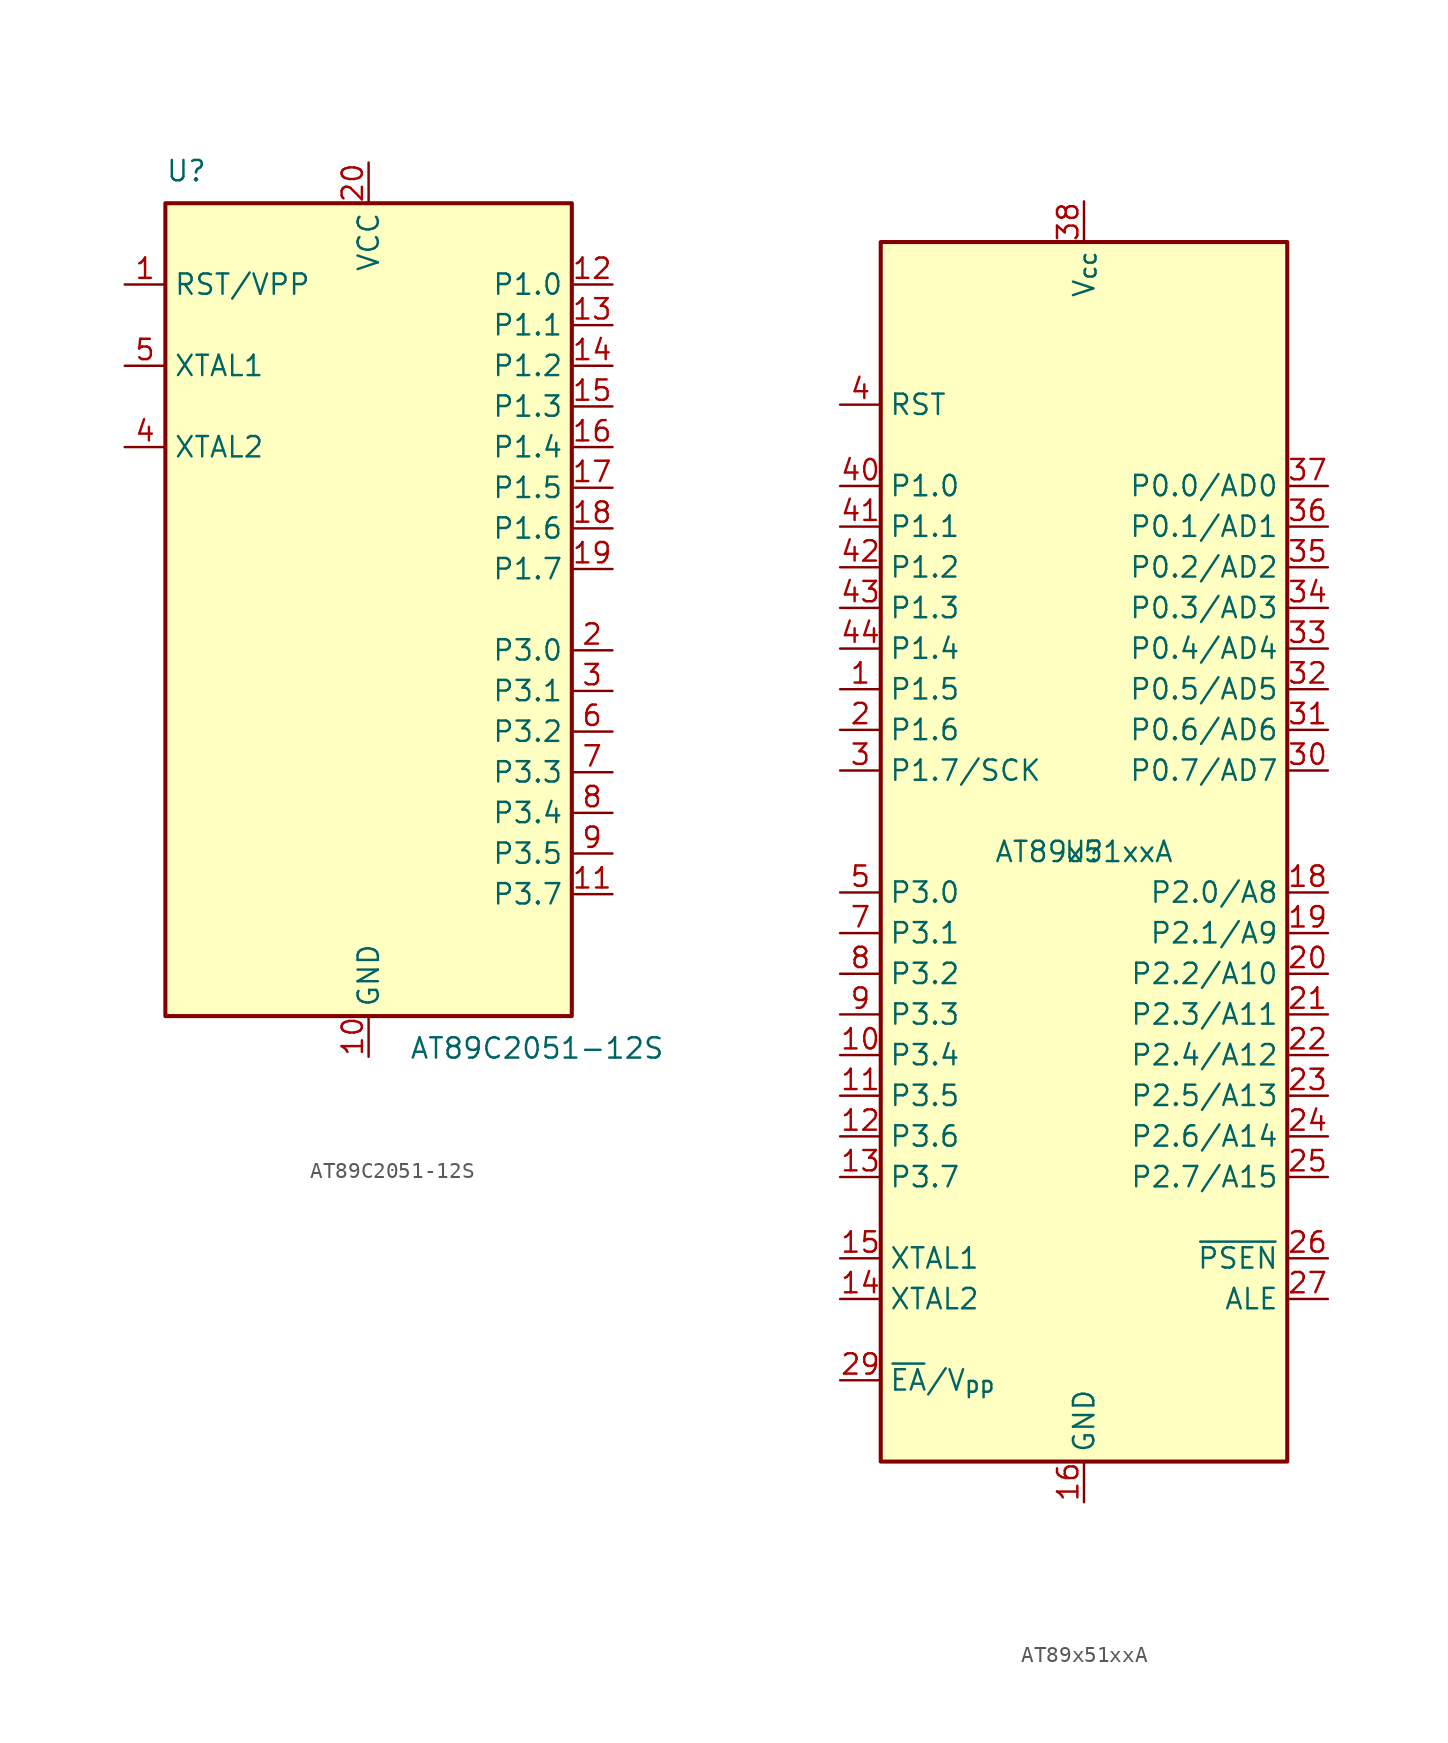
<source format=kicad_sym>
(kicad_symbol_lib
  (version 20231120)
  (generator "kicad_symbol_editor")
  (generator_version "8.0")
  (symbol "AT89C2051-12S"
    (property "Reference" "U"
      (at -12.7 26.67 0)
      (effects (font (size 1.27 1.27)) (justify left bottom)))
    (property "Value" "AT89C2051-12S"
      (at 2.54 -26.67 0)
      (effects (font (size 1.27 1.27)) (justify left top)))
    (symbol "AT89C2051-12S_0_1"
      (rectangle (start -12.7 -25.4) (end 12.7 25.4) (stroke (width 0.254) (type default)) (fill (type background))))
    (symbol "AT89C2051-12S_1_1"
      (pin input line (at -15.24 20.32 0) (length 2.54) (name "RST/VPP" (effects (font (size 1.27 1.27)))) (number "1" (effects (font (size 1.27 1.27)))))
      (pin power_in line (at 0 -27.94 90) (length 2.54) (name "GND" (effects (font (size 1.27 1.27)))) (number "10" (effects (font (size 1.27 1.27)))))
      (pin bidirectional line (at 15.24 -17.78 180) (length 2.54) (name "P3.7" (effects (font (size 1.27 1.27)))) (number "11" (effects (font (size 1.27 1.27)))))
      (pin bidirectional line (at 15.24 20.32 180) (length 2.54) (name "P1.0" (effects (font (size 1.27 1.27)))) (number "12" (effects (font (size 1.27 1.27)))))
      (pin bidirectional line (at 15.24 17.78 180) (length 2.54) (name "P1.1" (effects (font (size 1.27 1.27)))) (number "13" (effects (font (size 1.27 1.27)))))
      (pin bidirectional line (at 15.24 15.24 180) (length 2.54) (name "P1.2" (effects (font (size 1.27 1.27)))) (number "14" (effects (font (size 1.27 1.27)))))
      (pin bidirectional line (at 15.24 12.7 180) (length 2.54) (name "P1.3" (effects (font (size 1.27 1.27)))) (number "15" (effects (font (size 1.27 1.27)))))
      (pin bidirectional line (at 15.24 10.16 180) (length 2.54) (name "P1.4" (effects (font (size 1.27 1.27)))) (number "16" (effects (font (size 1.27 1.27)))))
      (pin bidirectional line (at 15.24 7.62 180) (length 2.54) (name "P1.5" (effects (font (size 1.27 1.27)))) (number "17" (effects (font (size 1.27 1.27)))))
      (pin bidirectional line (at 15.24 5.08 180) (length 2.54) (name "P1.6" (effects (font (size 1.27 1.27)))) (number "18" (effects (font (size 1.27 1.27)))))
      (pin bidirectional line (at 15.24 2.54 180) (length 2.54) (name "P1.7" (effects (font (size 1.27 1.27)))) (number "19" (effects (font (size 1.27 1.27)))))
      (pin bidirectional line (at 15.24 -2.54 180) (length 2.54) (name "P3.0" (effects (font (size 1.27 1.27)))) (number "2" (effects (font (size 1.27 1.27)))))
      (pin power_in line (at 0 27.94 270) (length 2.54) (name "VCC" (effects (font (size 1.27 1.27)))) (number "20" (effects (font (size 1.27 1.27)))))
      (pin bidirectional line (at 15.24 -5.08 180) (length 2.54) (name "P3.1" (effects (font (size 1.27 1.27)))) (number "3" (effects (font (size 1.27 1.27)))))
      (pin output line (at -15.24 10.16 0) (length 2.54) (name "XTAL2" (effects (font (size 1.27 1.27)))) (number "4" (effects (font (size 1.27 1.27)))))
      (pin input line (at -15.24 15.24 0) (length 2.54) (name "XTAL1" (effects (font (size 1.27 1.27)))) (number "5" (effects (font (size 1.27 1.27)))))
      (pin bidirectional line (at 15.24 -7.62 180) (length 2.54) (name "P3.2" (effects (font (size 1.27 1.27)))) (number "6" (effects (font (size 1.27 1.27)))))
      (pin bidirectional line (at 15.24 -10.16 180) (length 2.54) (name "P3.3" (effects (font (size 1.27 1.27)))) (number "7" (effects (font (size 1.27 1.27)))))
      (pin bidirectional line (at 15.24 -12.7 180) (length 2.54) (name "P3.4" (effects (font (size 1.27 1.27)))) (number "8" (effects (font (size 1.27 1.27)))))
      (pin bidirectional line (at 15.24 -15.24 180) (length 2.54) (name "P3.5" (effects (font (size 1.27 1.27)))) (number "9" (effects (font (size 1.27 1.27)))))))
  (symbol "AT89x51xxA"
    (property "Reference" "U"
      (at 0 0 0)
      (effects (font (size 1.27 1.27))))
    (property "Value" "AT89x51xxA"
      (at 0 0 0)
      (effects (font (size 1.27 1.27))))
    (symbol "AT89x51xxA_1_0"
      (pin bidirectional line (at -15.24 17.78 0) (length 2.54) (name "P1.2" (effects (font (size 1.27 1.27)))) (number "42" (effects (font (size 1.27 1.27))))))
    (symbol "AT89x51xxA_1_1"
      (polyline (pts (xy -12.7 38.1) (xy 12.7 38.1) (xy 12.7 -38.1) (xy -12.7 -38.1) (xy -12.7 38.1)) (stroke (width 0.254) (type default)) (fill (type background)))
      (pin bidirectional line (at -15.24 10.16 0) (length 2.54) (name "P1.5" (effects (font (size 1.27 1.27)))) (number "1" (effects (font (size 1.27 1.27)))) (alternate "MOSI" output line))
      (pin bidirectional line (at -15.24 -12.7 0) (length 2.54) (name "P3.4" (effects (font (size 1.27 1.27)))) (number "10" (effects (font (size 1.27 1.27)))) (alternate "T0" input line))
      (pin bidirectional line (at -15.24 -15.24 0) (length 2.54) (name "P3.5" (effects (font (size 1.27 1.27)))) (number "11" (effects (font (size 1.27 1.27)))) (alternate "T1" input line))
      (pin bidirectional line (at -15.24 -17.78 0) (length 2.54) (name "P3.6" (effects (font (size 1.27 1.27)))) (number "12" (effects (font (size 1.27 1.27)))) (alternate "~{WR}" output line))
      (pin bidirectional line (at -15.24 -20.32 0) (length 2.54) (name "P3.7" (effects (font (size 1.27 1.27)))) (number "13" (effects (font (size 1.27 1.27)))) (alternate "~{RD}" input line))
      (pin input line (at -15.24 -27.94 0) (length 2.54) (name "XTAL2" (effects (font (size 1.27 1.27)))) (number "14" (effects (font (size 1.27 1.27)))))
      (pin input line (at -15.24 -25.4 0) (length 2.54) (name "XTAL1" (effects (font (size 1.27 1.27)))) (number "15" (effects (font (size 1.27 1.27)))))
      (pin power_in line (at 0 -40.64 90) (length 2.54) (name "GND" (effects (font (size 1.27 1.27)))) (number "16" (effects (font (size 1.27 1.27)))))
      (pin passive line (at 0 -40.64 90) (length 2.54) hide (name "GND" (effects (font (size 1.27 1.27)))) (number "17" (effects (font (size 1.27 1.27)))))
      (pin bidirectional line (at 15.24 -2.54 180) (length 2.54) (name "P2.0/A8" (effects (font (size 1.27 1.27)))) (number "18" (effects (font (size 1.27 1.27)))))
      (pin bidirectional line (at 15.24 -5.08 180) (length 2.54) (name "P2.1/A9" (effects (font (size 1.27 1.27)))) (number "19" (effects (font (size 1.27 1.27)))))
      (pin bidirectional line (at -15.24 7.62 0) (length 2.54) (name "P1.6" (effects (font (size 1.27 1.27)))) (number "2" (effects (font (size 1.27 1.27)))) (alternate "MISO" input line))
      (pin bidirectional line (at 15.24 -7.62 180) (length 2.54) (name "P2.2/A10" (effects (font (size 1.27 1.27)))) (number "20" (effects (font (size 1.27 1.27)))))
      (pin bidirectional line (at 15.24 -10.16 180) (length 2.54) (name "P2.3/A11" (effects (font (size 1.27 1.27)))) (number "21" (effects (font (size 1.27 1.27)))))
      (pin bidirectional line (at 15.24 -12.7 180) (length 2.54) (name "P2.4/A12" (effects (font (size 1.27 1.27)))) (number "22" (effects (font (size 1.27 1.27)))))
      (pin bidirectional line (at 15.24 -15.24 180) (length 2.54) (name "P2.5/A13" (effects (font (size 1.27 1.27)))) (number "23" (effects (font (size 1.27 1.27)))))
      (pin bidirectional line (at 15.24 -17.78 180) (length 2.54) (name "P2.6/A14" (effects (font (size 1.27 1.27)))) (number "24" (effects (font (size 1.27 1.27)))))
      (pin bidirectional line (at 15.24 -20.32 180) (length 2.54) (name "P2.7/A15" (effects (font (size 1.27 1.27)))) (number "25" (effects (font (size 1.27 1.27)))))
      (pin output line (at 15.24 -25.4 180) (length 2.54) (name "~{PSEN}" (effects (font (size 1.27 1.27)))) (number "26" (effects (font (size 1.27 1.27)))))
      (pin output line (at 15.24 -27.94 180) (length 2.54) (name "ALE" (effects (font (size 1.27 1.27)))) (number "27" (effects (font (size 1.27 1.27)))) (alternate "~{PROG}" input line))
      (pin no_connect line (at 12.7 30.48 180) (length 2.54) hide (name "NC" (effects (font (size 1.27 1.27)))) (number "28" (effects (font (size 1.27 1.27)))))
      (pin input line (at -15.24 -33.02 0) (length 2.54) (name "~{EA}/V_{pp}" (effects (font (size 1.27 1.27)))) (number "29" (effects (font (size 1.27 1.27)))))
      (pin bidirectional line (at -15.24 5.08 0) (length 2.54) (name "P1.7/SCK" (effects (font (size 1.27 1.27)))) (number "3" (effects (font (size 1.27 1.27)))))
      (pin bidirectional line (at 15.24 5.08 180) (length 2.54) (name "P0.7/AD7" (effects (font (size 1.27 1.27)))) (number "30" (effects (font (size 1.27 1.27)))))
      (pin bidirectional line (at 15.24 7.62 180) (length 2.54) (name "P0.6/AD6" (effects (font (size 1.27 1.27)))) (number "31" (effects (font (size 1.27 1.27)))))
      (pin bidirectional line (at 15.24 10.16 180) (length 2.54) (name "P0.5/AD5" (effects (font (size 1.27 1.27)))) (number "32" (effects (font (size 1.27 1.27)))))
      (pin bidirectional line (at 15.24 12.7 180) (length 2.54) (name "P0.4/AD4" (effects (font (size 1.27 1.27)))) (number "33" (effects (font (size 1.27 1.27)))))
      (pin bidirectional line (at 15.24 15.24 180) (length 2.54) (name "P0.3/AD3" (effects (font (size 1.27 1.27)))) (number "34" (effects (font (size 1.27 1.27)))))
      (pin bidirectional line (at 15.24 17.78 180) (length 2.54) (name "P0.2/AD2" (effects (font (size 1.27 1.27)))) (number "35" (effects (font (size 1.27 1.27)))))
      (pin bidirectional line (at 15.24 20.32 180) (length 2.54) (name "P0.1/AD1" (effects (font (size 1.27 1.27)))) (number "36" (effects (font (size 1.27 1.27)))))
      (pin bidirectional line (at 15.24 22.86 180) (length 2.54) (name "P0.0/AD0" (effects (font (size 1.27 1.27)))) (number "37" (effects (font (size 1.27 1.27)))))
      (pin power_in line (at 0 40.64 270) (length 2.54) (name "V_{cc}" (effects (font (size 1.27 1.27)))) (number "38" (effects (font (size 1.27 1.27)))))
      (pin no_connect line (at 12.7 27.94 180) (length 2.54) hide (name "NC" (effects (font (size 1.27 1.27)))) (number "39" (effects (font (size 1.27 1.27)))))
      (pin input line (at -15.24 27.94 0) (length 2.54) (name "RST" (effects (font (size 1.27 1.27)))) (number "4" (effects (font (size 1.27 1.27)))))
      (pin bidirectional line (at -15.24 22.86 0) (length 2.54) (name "P1.0" (effects (font (size 1.27 1.27)))) (number "40" (effects (font (size 1.27 1.27)))))
      (pin bidirectional line (at -15.24 20.32 0) (length 2.54) (name "P1.1" (effects (font (size 1.27 1.27)))) (number "41" (effects (font (size 1.27 1.27)))))
      (pin bidirectional line (at -15.24 15.24 0) (length 2.54) (name "P1.3" (effects (font (size 1.27 1.27)))) (number "43" (effects (font (size 1.27 1.27)))))
      (pin bidirectional line (at -15.24 12.7 0) (length 2.54) (name "P1.4" (effects (font (size 1.27 1.27)))) (number "44" (effects (font (size 1.27 1.27)))))
      (pin bidirectional line (at -15.24 -2.54 0) (length 2.54) (name "P3.0" (effects (font (size 1.27 1.27)))) (number "5" (effects (font (size 1.27 1.27)))) (alternate "RXD" input line))
      (pin no_connect line (at 12.7 33.02 180) (length 2.54) hide (name "NC" (effects (font (size 1.27 1.27)))) (number "6" (effects (font (size 1.27 1.27)))))
      (pin bidirectional line (at -15.24 -5.08 0) (length 2.54) (name "P3.1" (effects (font (size 1.27 1.27)))) (number "7" (effects (font (size 1.27 1.27)))) (alternate "TXD" output line))
      (pin bidirectional line (at -15.24 -7.62 0) (length 2.54) (name "P3.2" (effects (font (size 1.27 1.27)))) (number "8" (effects (font (size 1.27 1.27)))) (alternate "~{INT0}" input line))
      (pin bidirectional line (at -15.24 -10.16 0) (length 2.54) (name "P3.3" (effects (font (size 1.27 1.27)))) (number "9" (effects (font (size 1.27 1.27)))) (alternate "~{INT1}" input line)))))
</source>
